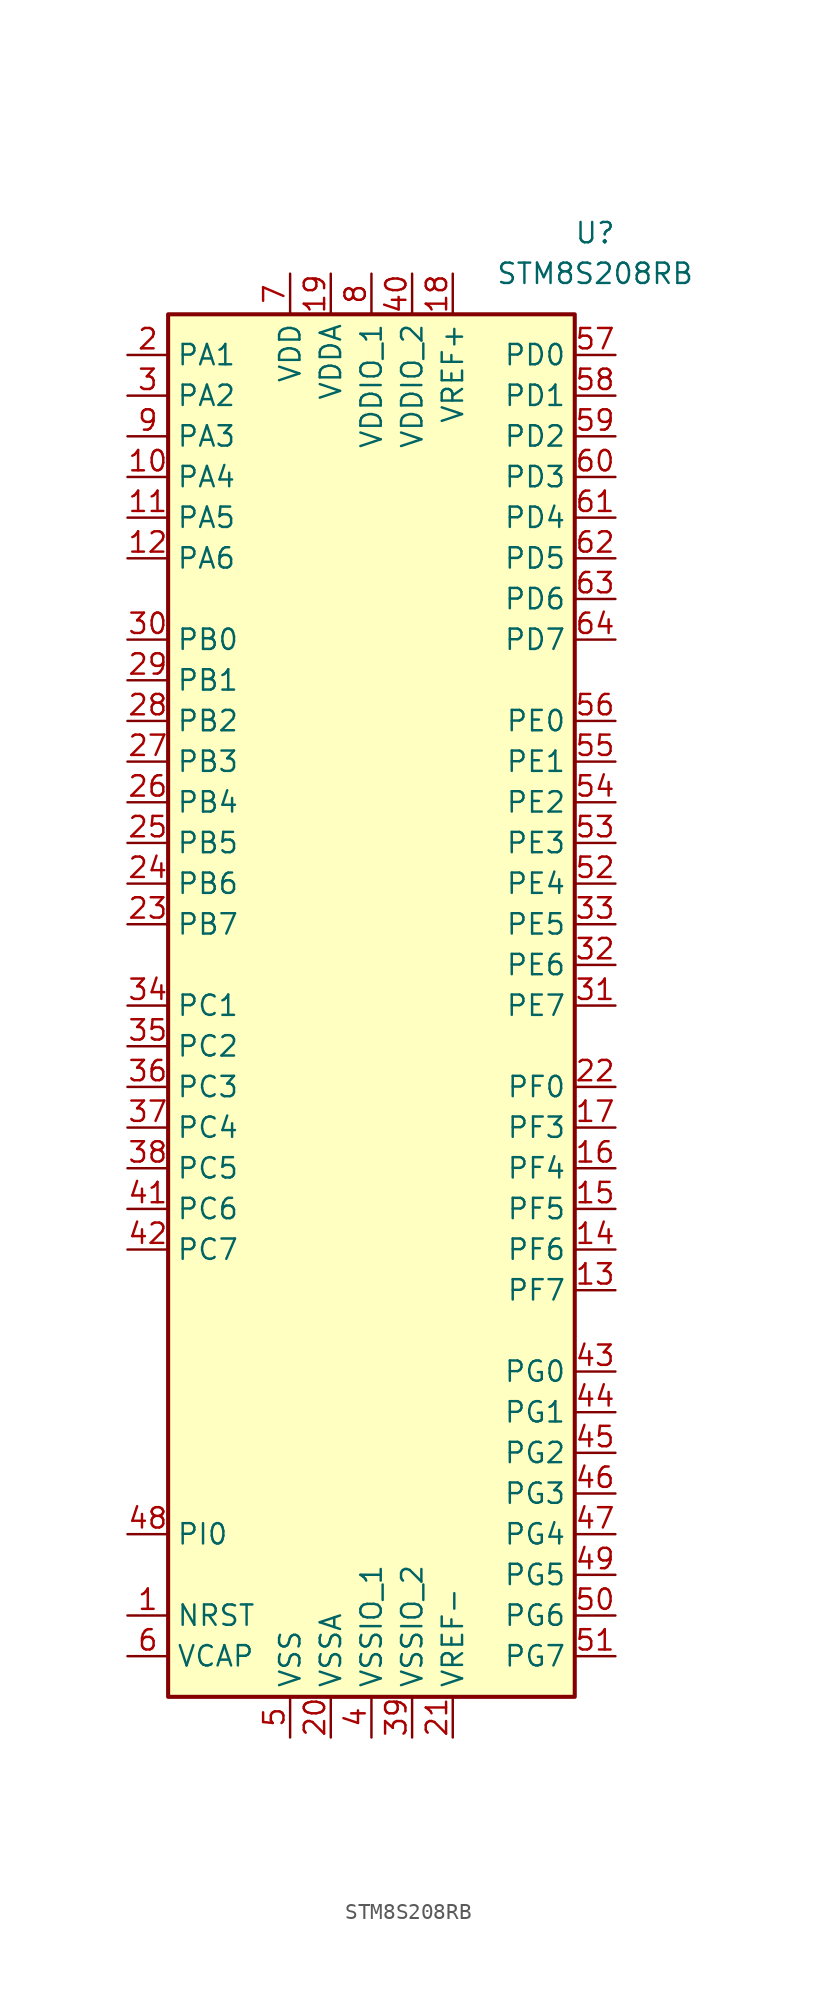
<source format=kicad_sym>
(kicad_symbol_lib
  (version 20241209)
  (generator "kicad_symbol_editor")
  (generator_version "9.0")
  (symbol "STM8S208RB"
    (property "Reference" "U"
      (at 13.97 48.26 0)
      (effects (font (size 1.27 1.27))))
    (property "Value" "STM8S208RB"
      (at 13.97 45.72 0)
      (effects (font (size 1.27 1.27))))
    (symbol "STM8S208RB_0_1"
      (rectangle (start 12.7 43.18) (end -12.7 -43.18) (stroke (width 0.254) (type default)) (fill (type background))))
    (symbol "STM8S208RB_1_1"
      (pin bidirectional line (at -15.24 40.64 0) (length 2.54) (name "PA1" (effects (font (size 1.27 1.27)))) (number "2" (effects (font (size 1.27 1.27)))))
      (pin bidirectional line (at -15.24 38.1 0) (length 2.54) (name "PA2" (effects (font (size 1.27 1.27)))) (number "3" (effects (font (size 1.27 1.27)))))
      (pin bidirectional line (at -15.24 35.56 0) (length 2.54) (name "PA3" (effects (font (size 1.27 1.27)))) (number "9" (effects (font (size 1.27 1.27)))))
      (pin bidirectional line (at -15.24 33.02 0) (length 2.54) (name "PA4" (effects (font (size 1.27 1.27)))) (number "10" (effects (font (size 1.27 1.27)))))
      (pin bidirectional line (at -15.24 30.48 0) (length 2.54) (name "PA5" (effects (font (size 1.27 1.27)))) (number "11" (effects (font (size 1.27 1.27)))))
      (pin bidirectional line (at -15.24 27.94 0) (length 2.54) (name "PA6" (effects (font (size 1.27 1.27)))) (number "12" (effects (font (size 1.27 1.27)))))
      (pin bidirectional line (at -15.24 22.86 0) (length 2.54) (name "PB0" (effects (font (size 1.27 1.27)))) (number "30" (effects (font (size 1.27 1.27)))))
      (pin bidirectional line (at -15.24 20.32 0) (length 2.54) (name "PB1" (effects (font (size 1.27 1.27)))) (number "29" (effects (font (size 1.27 1.27)))))
      (pin bidirectional line (at -15.24 17.78 0) (length 2.54) (name "PB2" (effects (font (size 1.27 1.27)))) (number "28" (effects (font (size 1.27 1.27)))))
      (pin bidirectional line (at -15.24 15.24 0) (length 2.54) (name "PB3" (effects (font (size 1.27 1.27)))) (number "27" (effects (font (size 1.27 1.27)))))
      (pin bidirectional line (at -15.24 12.7 0) (length 2.54) (name "PB4" (effects (font (size 1.27 1.27)))) (number "26" (effects (font (size 1.27 1.27)))))
      (pin bidirectional line (at -15.24 10.16 0) (length 2.54) (name "PB5" (effects (font (size 1.27 1.27)))) (number "25" (effects (font (size 1.27 1.27)))))
      (pin bidirectional line (at -15.24 7.62 0) (length 2.54) (name "PB6" (effects (font (size 1.27 1.27)))) (number "24" (effects (font (size 1.27 1.27)))))
      (pin bidirectional line (at -15.24 5.08 0) (length 2.54) (name "PB7" (effects (font (size 1.27 1.27)))) (number "23" (effects (font (size 1.27 1.27)))))
      (pin bidirectional line (at -15.24 0 0) (length 2.54) (name "PC1" (effects (font (size 1.27 1.27)))) (number "34" (effects (font (size 1.27 1.27)))))
      (pin bidirectional line (at -15.24 -2.54 0) (length 2.54) (name "PC2" (effects (font (size 1.27 1.27)))) (number "35" (effects (font (size 1.27 1.27)))))
      (pin bidirectional line (at -15.24 -5.08 0) (length 2.54) (name "PC3" (effects (font (size 1.27 1.27)))) (number "36" (effects (font (size 1.27 1.27)))))
      (pin bidirectional line (at -15.24 -7.62 0) (length 2.54) (name "PC4" (effects (font (size 1.27 1.27)))) (number "37" (effects (font (size 1.27 1.27)))))
      (pin bidirectional line (at -15.24 -10.16 0) (length 2.54) (name "PC5" (effects (font (size 1.27 1.27)))) (number "38" (effects (font (size 1.27 1.27)))))
      (pin bidirectional line (at -15.24 -12.7 0) (length 2.54) (name "PC6" (effects (font (size 1.27 1.27)))) (number "41" (effects (font (size 1.27 1.27)))))
      (pin bidirectional line (at -15.24 -15.24 0) (length 2.54) (name "PC7" (effects (font (size 1.27 1.27)))) (number "42" (effects (font (size 1.27 1.27)))))
      (pin bidirectional line (at -15.24 -33.02 0) (length 2.54) (name "PI0" (effects (font (size 1.27 1.27)))) (number "48" (effects (font (size 1.27 1.27)))))
      (pin input line (at -15.24 -38.1 0) (length 2.54) (name "NRST" (effects (font (size 1.27 1.27)))) (number "1" (effects (font (size 1.27 1.27)))))
      (pin input line (at -15.24 -40.64 0) (length 2.54) (name "VCAP" (effects (font (size 1.27 1.27)))) (number "6" (effects (font (size 1.27 1.27)))))
      (pin power_in line (at -5.08 45.72 270) (length 2.54) (name "VDD" (effects (font (size 1.27 1.27)))) (number "7" (effects (font (size 1.27 1.27)))))
      (pin power_in line (at -5.08 -45.72 90) (length 2.54) (name "VSS" (effects (font (size 1.27 1.27)))) (number "5" (effects (font (size 1.27 1.27)))))
      (pin power_in line (at -2.54 45.72 270) (length 2.54) (name "VDDA" (effects (font (size 1.27 1.27)))) (number "19" (effects (font (size 1.27 1.27)))))
      (pin power_in line (at -2.54 -45.72 90) (length 2.54) (name "VSSA" (effects (font (size 1.27 1.27)))) (number "20" (effects (font (size 1.27 1.27)))))
      (pin power_in line (at 0 45.72 270) (length 2.54) (name "VDDIO_1" (effects (font (size 1.27 1.27)))) (number "8" (effects (font (size 1.27 1.27)))))
      (pin power_in line (at 0 -45.72 90) (length 2.54) (name "VSSIO_1" (effects (font (size 1.27 1.27)))) (number "4" (effects (font (size 1.27 1.27)))))
      (pin power_in line (at 2.54 45.72 270) (length 2.54) (name "VDDIO_2" (effects (font (size 1.27 1.27)))) (number "40" (effects (font (size 1.27 1.27)))))
      (pin power_in line (at 2.54 -45.72 90) (length 2.54) (name "VSSIO_2" (effects (font (size 1.27 1.27)))) (number "39" (effects (font (size 1.27 1.27)))))
      (pin power_in line (at 5.08 45.72 270) (length 2.54) (name "VREF+" (effects (font (size 1.27 1.27)))) (number "18" (effects (font (size 1.27 1.27)))))
      (pin power_in line (at 5.08 -45.72 90) (length 2.54) (name "VREF-" (effects (font (size 1.27 1.27)))) (number "21" (effects (font (size 1.27 1.27)))))
      (pin bidirectional line (at 15.24 40.64 180) (length 2.54) (name "PD0" (effects (font (size 1.27 1.27)))) (number "57" (effects (font (size 1.27 1.27)))))
      (pin bidirectional line (at 15.24 38.1 180) (length 2.54) (name "PD1" (effects (font (size 1.27 1.27)))) (number "58" (effects (font (size 1.27 1.27)))))
      (pin bidirectional line (at 15.24 35.56 180) (length 2.54) (name "PD2" (effects (font (size 1.27 1.27)))) (number "59" (effects (font (size 1.27 1.27)))))
      (pin bidirectional line (at 15.24 33.02 180) (length 2.54) (name "PD3" (effects (font (size 1.27 1.27)))) (number "60" (effects (font (size 1.27 1.27)))))
      (pin bidirectional line (at 15.24 30.48 180) (length 2.54) (name "PD4" (effects (font (size 1.27 1.27)))) (number "61" (effects (font (size 1.27 1.27)))))
      (pin bidirectional line (at 15.24 27.94 180) (length 2.54) (name "PD5" (effects (font (size 1.27 1.27)))) (number "62" (effects (font (size 1.27 1.27)))))
      (pin bidirectional line (at 15.24 25.4 180) (length 2.54) (name "PD6" (effects (font (size 1.27 1.27)))) (number "63" (effects (font (size 1.27 1.27)))))
      (pin bidirectional line (at 15.24 22.86 180) (length 2.54) (name "PD7" (effects (font (size 1.27 1.27)))) (number "64" (effects (font (size 1.27 1.27)))))
      (pin bidirectional line (at 15.24 17.78 180) (length 2.54) (name "PE0" (effects (font (size 1.27 1.27)))) (number "56" (effects (font (size 1.27 1.27)))))
      (pin bidirectional line (at 15.24 15.24 180) (length 2.54) (name "PE1" (effects (font (size 1.27 1.27)))) (number "55" (effects (font (size 1.27 1.27)))))
      (pin bidirectional line (at 15.24 12.7 180) (length 2.54) (name "PE2" (effects (font (size 1.27 1.27)))) (number "54" (effects (font (size 1.27 1.27)))))
      (pin bidirectional line (at 15.24 10.16 180) (length 2.54) (name "PE3" (effects (font (size 1.27 1.27)))) (number "53" (effects (font (size 1.27 1.27)))))
      (pin bidirectional line (at 15.24 7.62 180) (length 2.54) (name "PE4" (effects (font (size 1.27 1.27)))) (number "52" (effects (font (size 1.27 1.27)))))
      (pin bidirectional line (at 15.24 5.08 180) (length 2.54) (name "PE5" (effects (font (size 1.27 1.27)))) (number "33" (effects (font (size 1.27 1.27)))))
      (pin bidirectional line (at 15.24 2.54 180) (length 2.54) (name "PE6" (effects (font (size 1.27 1.27)))) (number "32" (effects (font (size 1.27 1.27)))))
      (pin bidirectional line (at 15.24 0 180) (length 2.54) (name "PE7" (effects (font (size 1.27 1.27)))) (number "31" (effects (font (size 1.27 1.27)))))
      (pin bidirectional line (at 15.24 -5.08 180) (length 2.54) (name "PF0" (effects (font (size 1.27 1.27)))) (number "22" (effects (font (size 1.27 1.27)))))
      (pin bidirectional line (at 15.24 -7.62 180) (length 2.54) (name "PF3" (effects (font (size 1.27 1.27)))) (number "17" (effects (font (size 1.27 1.27)))))
      (pin bidirectional line (at 15.24 -10.16 180) (length 2.54) (name "PF4" (effects (font (size 1.27 1.27)))) (number "16" (effects (font (size 1.27 1.27)))))
      (pin bidirectional line (at 15.24 -12.7 180) (length 2.54) (name "PF5" (effects (font (size 1.27 1.27)))) (number "15" (effects (font (size 1.27 1.27)))))
      (pin bidirectional line (at 15.24 -15.24 180) (length 2.54) (name "PF6" (effects (font (size 1.27 1.27)))) (number "14" (effects (font (size 1.27 1.27)))))
      (pin bidirectional line (at 15.24 -17.78 180) (length 2.54) (name "PF7" (effects (font (size 1.27 1.27)))) (number "13" (effects (font (size 1.27 1.27)))))
      (pin bidirectional line (at 15.24 -22.86 180) (length 2.54) (name "PG0" (effects (font (size 1.27 1.27)))) (number "43" (effects (font (size 1.27 1.27)))))
      (pin bidirectional line (at 15.24 -25.4 180) (length 2.54) (name "PG1" (effects (font (size 1.27 1.27)))) (number "44" (effects (font (size 1.27 1.27)))))
      (pin bidirectional line (at 15.24 -27.94 180) (length 2.54) (name "PG2" (effects (font (size 1.27 1.27)))) (number "45" (effects (font (size 1.27 1.27)))))
      (pin bidirectional line (at 15.24 -30.48 180) (length 2.54) (name "PG3" (effects (font (size 1.27 1.27)))) (number "46" (effects (font (size 1.27 1.27)))))
      (pin bidirectional line (at 15.24 -33.02 180) (length 2.54) (name "PG4" (effects (font (size 1.27 1.27)))) (number "47" (effects (font (size 1.27 1.27)))))
      (pin bidirectional line (at 15.24 -35.56 180) (length 2.54) (name "PG5" (effects (font (size 1.27 1.27)))) (number "49" (effects (font (size 1.27 1.27)))))
      (pin bidirectional line (at 15.24 -38.1 180) (length 2.54) (name "PG6" (effects (font (size 1.27 1.27)))) (number "50" (effects (font (size 1.27 1.27)))))
      (pin bidirectional line (at 15.24 -40.64 180) (length 2.54) (name "PG7" (effects (font (size 1.27 1.27)))) (number "51" (effects (font (size 1.27 1.27))))))))
</source>
